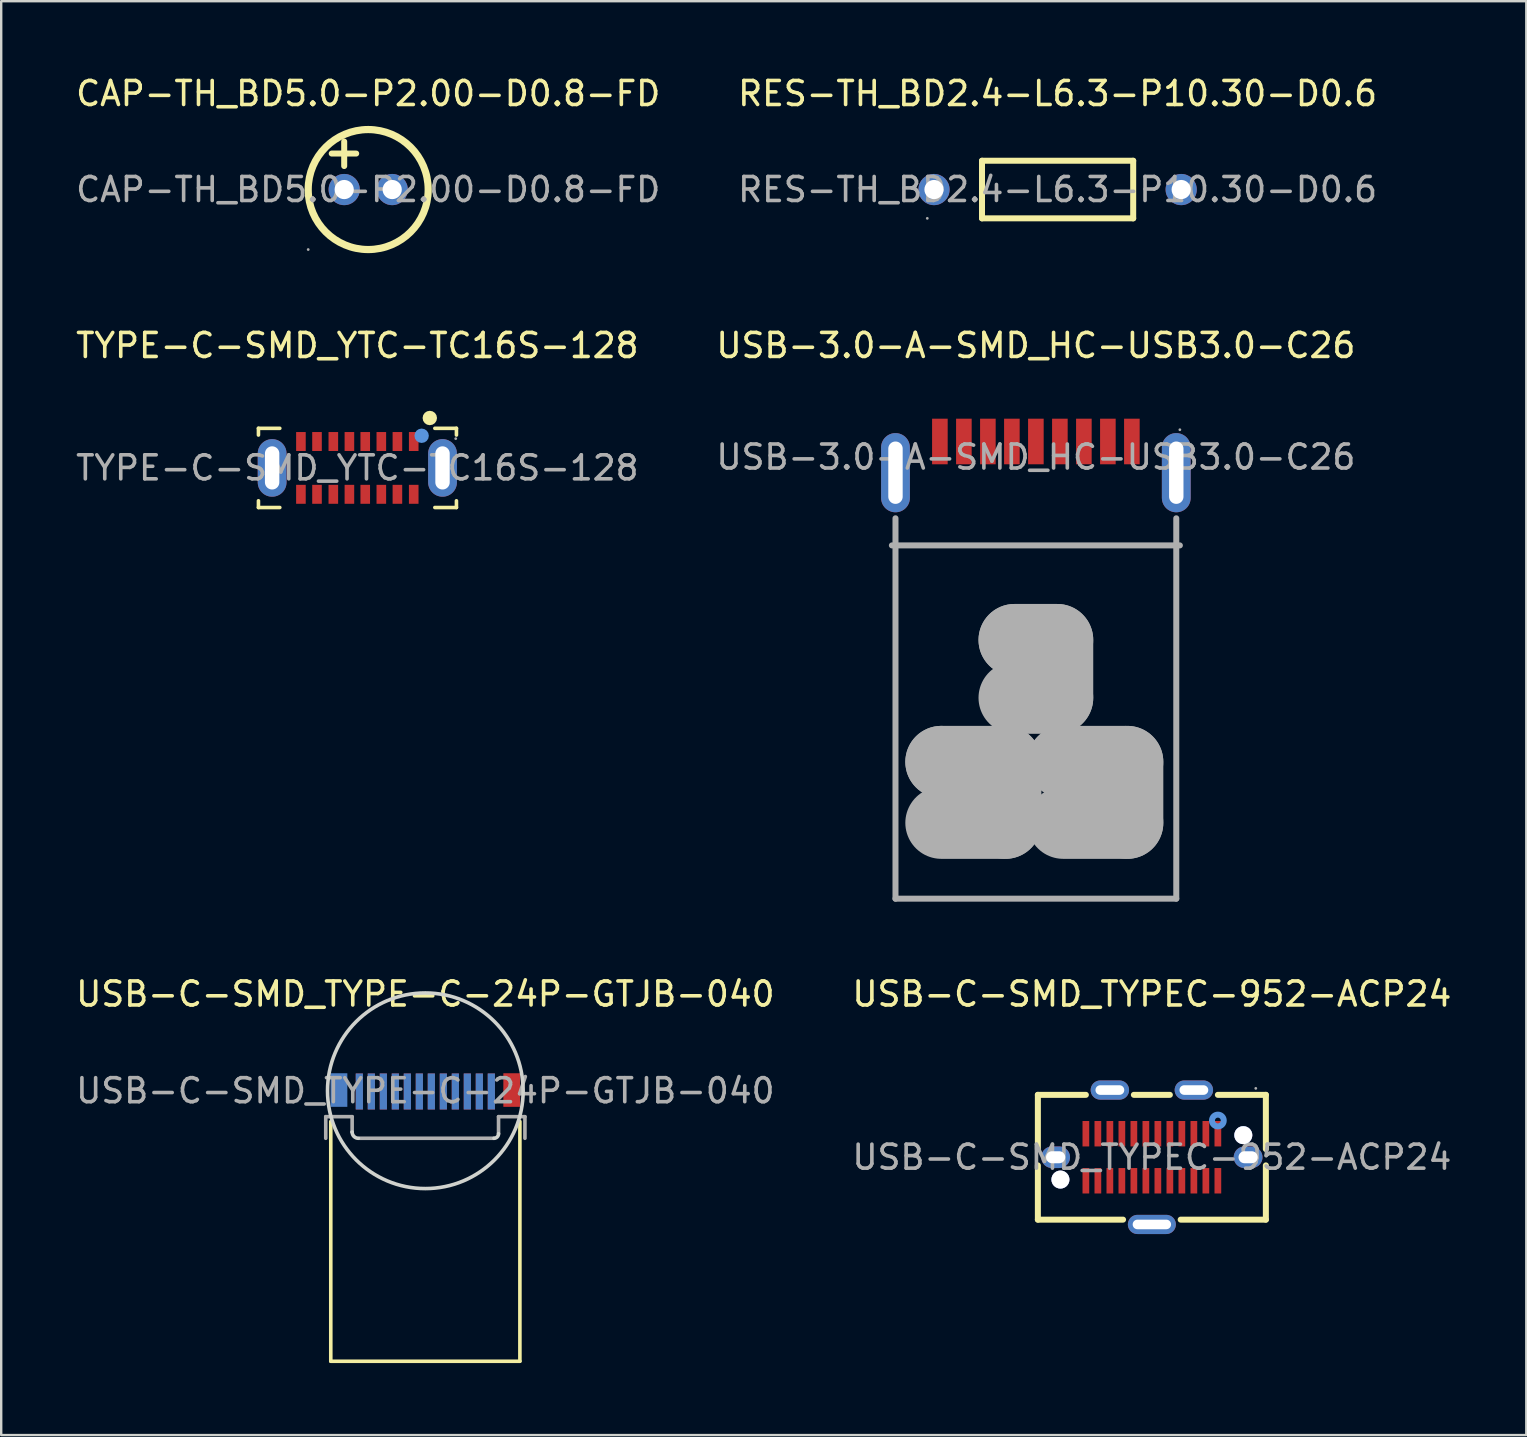
<source format=kicad_pcb>
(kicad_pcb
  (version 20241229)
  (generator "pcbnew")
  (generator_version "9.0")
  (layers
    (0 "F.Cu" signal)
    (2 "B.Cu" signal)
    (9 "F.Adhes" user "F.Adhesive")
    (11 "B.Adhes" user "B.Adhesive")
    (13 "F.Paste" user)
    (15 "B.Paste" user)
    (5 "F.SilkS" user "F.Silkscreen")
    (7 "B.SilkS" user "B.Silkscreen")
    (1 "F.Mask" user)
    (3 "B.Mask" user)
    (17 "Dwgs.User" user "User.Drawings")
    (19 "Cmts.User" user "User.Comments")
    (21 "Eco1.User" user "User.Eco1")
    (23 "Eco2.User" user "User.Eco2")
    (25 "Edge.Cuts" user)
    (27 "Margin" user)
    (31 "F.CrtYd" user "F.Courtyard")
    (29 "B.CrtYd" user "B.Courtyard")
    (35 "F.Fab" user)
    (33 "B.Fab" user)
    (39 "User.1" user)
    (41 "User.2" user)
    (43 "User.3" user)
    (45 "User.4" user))
  (footprint "USB-C-SMD_TYPE-C-24P-GTJB-040"
    (layer "F.Cu")
    (at 14.673 42.4)
    (property "Reference" "USB-C-SMD_TYPE-C-24P-GTJB-040" (at 0 -4.03 0) (layer "F.SilkS") (effects (font (size 1 1) (thickness 0.15))))
    (attr smd)
    (fp_line (start -3.94 1.28) (end -3.94 11.27) (stroke (width 0.15) (type solid)) (layer "F.SilkS"))
    (fp_line (start -3.94 11.27) (end 3.94 11.27) (stroke (width 0.15) (type solid)) (layer "F.SilkS"))
    (fp_line (start 3.94 1.28) (end 3.94 11.27) (stroke (width 0.15) (type solid)) (layer "F.SilkS"))
    (fp_arc (start -3.93 1.08) (mid 3.93 -1.08) (end -3.93 1.08) (stroke (width 0.15) (type solid)) (layer "Edge.Cuts"))
    (fp_arc (start -2.79 1.98) (mid -2.973848 1.903848) (end -3.05 1.72) (stroke (width 0.15) (type solid)) (layer "Edge.Cuts"))
    (fp_arc (start 3.05 1.79) (mid 2.99435 1.92435) (end 2.86 1.98) (stroke (width 0.15) (type solid)) (layer "Edge.Cuts"))
    (fp_line (start -4.15 1.08) (end -4.15 1.98) (stroke (width 0.15) (type solid)) (layer "F.Fab"))
    (fp_line (start -3.05 1.08) (end -4.15 1.08) (stroke (width 0.15) (type solid)) (layer "F.Fab"))
    (fp_line (start -3.05 1.08) (end -3.05 1.71) (stroke (width 0.15) (type solid)) (layer "F.Fab"))
    (fp_line (start -3.05 1.71) (end -3.05 1.72) (stroke (width 0.15) (type solid)) (layer "F.Fab"))
    (fp_line (start -2.74 1.98) (end 2.86 1.98) (stroke (width 0.15) (type solid)) (layer "F.Fab"))
    (fp_line (start 3.05 1.08) (end 4.15 1.08) (stroke (width 0.15) (type solid)) (layer "F.Fab"))
    (fp_line (start 3.05 1.79) (end 3.05 1.08) (stroke (width 0.15) (type solid)) (layer "F.Fab"))
    (fp_line (start 4.15 1.08) (end 4.15 1.98) (stroke (width 0.15) (type solid)) (layer "F.Fab"))
    (fp_text user "${REFERENCE}" (at 0 0 0) (layer "F.Fab") (effects (font (size 1 1) (thickness 0.15))))
    (pad "25" smd rect (at 3.6 -0.03) (size 0.7 1.4) (layers "F.Cu" "F.Mask" "F.Paste"))
    (pad "26" smd rect (at -3.6 -0.03) (size 0.7 1.4) (layers "B.Cu" "B.Mask" "B.Paste"))
    (pad "A1" smd rect (at 2.75 0.03) (size 0.3 1.5) (layers "F.Cu" "F.Mask" "F.Paste"))
    (pad "A2" smd rect (at 2.25 0.03) (size 0.3 1.5) (layers "F.Cu" "F.Mask" "F.Paste"))
    (pad "A3" smd rect (at 1.75 0.03) (size 0.3 1.5) (layers "F.Cu" "F.Mask" "F.Paste"))
    (pad "A4" smd rect (at 1.25 0.03) (size 0.3 1.5) (layers "F.Cu" "F.Mask" "F.Paste"))
    (pad "A5" smd rect (at 0.75 0.03) (size 0.3 1.5) (layers "F.Cu" "F.Mask" "F.Paste"))
    (pad "A6" smd rect (at 0.25 0.03) (size 0.3 1.5) (layers "F.Cu" "F.Mask" "F.Paste"))
    (pad "A7" smd rect (at -0.25 0.03) (size 0.3 1.5) (layers "F.Cu" "F.Mask" "F.Paste"))
    (pad "A8" smd rect (at -0.75 0.03) (size 0.3 1.5) (layers "F.Cu" "F.Mask" "F.Paste"))
    (pad "A9" smd rect (at -1.25 0.03) (size 0.3 1.5) (layers "F.Cu" "F.Mask" "F.Paste"))
    (pad "A10" smd rect (at -1.75 0.03) (size 0.3 1.5) (layers "F.Cu" "F.Mask" "F.Paste"))
    (pad "A11" smd rect (at -2.25 0.03) (size 0.3 1.5) (layers "F.Cu" "F.Mask" "F.Paste"))
    (pad "A12" smd rect (at -2.75 0.03) (size 0.3 1.5) (layers "F.Cu" "F.Mask" "F.Paste"))
    (pad "B1" smd rect (at -2.75 0.03) (size 0.3 1.5) (layers "B.Cu" "B.Mask" "B.Paste"))
    (pad "B2" smd rect (at -2.25 0.03) (size 0.3 1.5) (layers "B.Cu" "B.Mask" "B.Paste"))
    (pad "B3" smd rect (at -1.75 0.03) (size 0.3 1.5) (layers "B.Cu" "B.Mask" "B.Paste"))
    (pad "B4" smd rect (at -1.25 0.03) (size 0.3 1.5) (layers "B.Cu" "B.Mask" "B.Paste"))
    (pad "B5" smd rect (at -0.75 0.03) (size 0.3 1.5) (layers "B.Cu" "B.Mask" "B.Paste"))
    (pad "B6" smd rect (at -0.25 0.03) (size 0.3 1.5) (layers "B.Cu" "B.Mask" "B.Paste"))
    (pad "B7" smd rect (at 0.25 0.03) (size 0.3 1.5) (layers "B.Cu" "B.Mask" "B.Paste"))
    (pad "B8" smd rect (at 0.75 0.03) (size 0.3 1.5) (layers "B.Cu" "B.Mask" "B.Paste"))
    (pad "B9" smd rect (at 1.25 0.03) (size 0.3 1.5) (layers "B.Cu" "B.Mask" "B.Paste"))
    (pad "B10" smd rect (at 1.75 0.03) (size 0.3 1.5) (layers "B.Cu" "B.Mask" "B.Paste"))
    (pad "B11" smd rect (at 2.25 0.03) (size 0.3 1.5) (layers "B.Cu" "B.Mask" "B.Paste"))
    (pad "B12" smd rect (at 2.75 0.03) (size 0.3 1.5) (layers "B.Cu" "B.Mask" "B.Paste")))
  (footprint "USB-C-SMD_TYPEC-952-ACP24"
    (layer "F.Cu")
    (at 44.946 45.17)
    (property "Reference" "USB-C-SMD_TYPEC-952-ACP24" (at 0 -6.8 0) (layer "F.SilkS") (effects (font (size 1 1) (thickness 0.15))))
    (attr smd)
    (fp_line (start -4.75 -2.6) (end -4.75 -0.34) (stroke (width 0.25) (type solid)) (layer "F.SilkS"))
    (fp_line (start -4.75 -2.6) (end -2.75 -2.6) (stroke (width 0.25) (type solid)) (layer "F.SilkS"))
    (fp_line (start -4.75 0.34) (end -4.75 2.6) (stroke (width 0.25) (type solid)) (layer "F.SilkS"))
    (fp_line (start -4.75 2.6) (end -1.2 2.6) (stroke (width 0.25) (type solid)) (layer "F.SilkS"))
    (fp_line (start -0.75 -2.6) (end 0.75 -2.6) (stroke (width 0.25) (type solid)) (layer "F.SilkS"))
    (fp_line (start 1.2 2.6) (end 4.75 2.6) (stroke (width 0.25) (type solid)) (layer "F.SilkS"))
    (fp_line (start 2.75 -2.6) (end 4.75 -2.6) (stroke (width 0.25) (type solid)) (layer "F.SilkS"))
    (fp_line (start 4.75 -2.6) (end 4.75 -0.34) (stroke (width 0.25) (type solid)) (layer "F.SilkS"))
    (fp_line (start 4.75 0.34) (end 4.75 2.6) (stroke (width 0.25) (type solid)) (layer "F.SilkS"))
    (fp_circle (center -3.81 0.93) (end -3.69 0.93) (stroke (width 0.25) (type solid)) (fill no) (layer "Cmts.User"))
    (fp_circle (center 2.75 -1.53) (end 2.87 -1.53) (stroke (width 0.25) (type solid)) (fill no) (layer "Cmts.User"))
    (fp_circle (center 3.81 -0.92) (end 3.93 -0.92) (stroke (width 0.25) (type solid)) (fill no) (layer "Cmts.User"))
    (fp_circle (center 4.33 -2.87) (end 4.36 -2.87) (stroke (width 0.06) (type solid)) (fill no) (layer "F.Fab"))
    (fp_text user "${REFERENCE}" (at 0 0 0) (layer "F.Fab") (effects (font (size 1 1) (thickness 0.15))))
    (pad "" thru_hole circle (at -3.81 0.93) (size 0.75 0.75) (drill 0.75) (layers "*.Cu" "*.Mask"))
    (pad "" thru_hole circle (at 3.81 -0.92) (size 0.75 0.75) (drill 0.75) (layers "*.Cu" "*.Mask"))
    (pad "1" thru_hole oval (at -1.75 -2.8 90) (size 0.8 1.6) (drill oval 0.4 1.2) (layers "*.Cu" "*.Mask"))
    (pad "2" thru_hole oval (at 1.75 -2.8 90) (size 0.8 1.6) (drill oval 0.4 1.2) (layers "*.Cu" "*.Mask"))
    (pad "3" thru_hole oval (at 4.01 0 90) (size 0.9 1.2) (drill oval 0.5 0.8) (layers "*.Cu" "*.Mask"))
    (pad "4" thru_hole oval (at 0 2.8 90) (size 0.8 2) (drill oval 0.4 1.6) (layers "*.Cu" "*.Mask"))
    (pad "5" thru_hole oval (at -4.01 0 90) (size 0.9 1.2) (drill oval 0.5 0.8) (layers "*.Cu" "*.Mask"))
    (pad "A1" smd rect (at 2.75 -0.98) (size 0.28 1.06) (layers "F.Cu" "F.Mask" "F.Paste"))
    (pad "A2" smd rect (at 2.25 -0.98) (size 0.28 1.06) (layers "F.Cu" "F.Mask" "F.Paste"))
    (pad "A3" smd rect (at 1.75 -0.98) (size 0.28 1.06) (layers "F.Cu" "F.Mask" "F.Paste"))
    (pad "A4" smd rect (at 1.25 -0.98) (size 0.28 1.06) (layers "F.Cu" "F.Mask" "F.Paste"))
    (pad "A5" smd rect (at 0.75 -0.98) (size 0.28 1.06) (layers "F.Cu" "F.Mask" "F.Paste"))
    (pad "A6" smd rect (at 0.25 -0.98) (size 0.28 1.06) (layers "F.Cu" "F.Mask" "F.Paste"))
    (pad "A7" smd rect (at -0.25 -0.98) (size 0.28 1.06) (layers "F.Cu" "F.Mask" "F.Paste"))
    (pad "A8" smd rect (at -0.75 -0.98) (size 0.28 1.06) (layers "F.Cu" "F.Mask" "F.Paste"))
    (pad "A9" smd rect (at -1.25 -0.98) (size 0.28 1.06) (layers "F.Cu" "F.Mask" "F.Paste"))
    (pad "A10" smd rect (at -1.75 -0.98) (size 0.28 1.06) (layers "F.Cu" "F.Mask" "F.Paste"))
    (pad "A11" smd rect (at -2.25 -0.98) (size 0.28 1.06) (layers "F.Cu" "F.Mask" "F.Paste"))
    (pad "A12" smd rect (at -2.75 -0.98) (size 0.28 1.06) (layers "F.Cu" "F.Mask" "F.Paste"))
    (pad "B1" smd rect (at -2.75 0.98) (size 0.28 1.06) (layers "F.Cu" "F.Mask" "F.Paste"))
    (pad "B2" smd rect (at -2.25 0.98) (size 0.28 1.06) (layers "F.Cu" "F.Mask" "F.Paste"))
    (pad "B3" smd rect (at -1.75 0.98) (size 0.28 1.06) (layers "F.Cu" "F.Mask" "F.Paste"))
    (pad "B4" smd rect (at -1.25 0.98) (size 0.28 1.06) (layers "F.Cu" "F.Mask" "F.Paste"))
    (pad "B5" smd rect (at -0.75 0.98) (size 0.28 1.06) (layers "F.Cu" "F.Mask" "F.Paste"))
    (pad "B6" smd rect (at -0.25 0.98) (size 0.28 1.06) (layers "F.Cu" "F.Mask" "F.Paste"))
    (pad "B7" smd rect (at 0.25 0.98) (size 0.28 1.06) (layers "F.Cu" "F.Mask" "F.Paste"))
    (pad "B8" smd rect (at 0.75 0.98) (size 0.28 1.06) (layers "F.Cu" "F.Mask" "F.Paste"))
    (pad "B9" smd rect (at 1.25 0.98) (size 0.28 1.06) (layers "F.Cu" "F.Mask" "F.Paste"))
    (pad "B10" smd rect (at 1.75 0.98) (size 0.28 1.06) (layers "F.Cu" "F.Mask" "F.Paste"))
    (pad "B11" smd rect (at 2.25 0.98) (size 0.28 1.06) (layers "F.Cu" "F.Mask" "F.Paste"))
    (pad "B12" smd rect (at 2.75 0.98) (size 0.28 1.06) (layers "F.Cu" "F.Mask" "F.Paste")))
  (footprint "CAP-TH_BD5.0-P2.00-D0.8-FD"
    (layer "F.Cu")
    (at 12.292 4.848)
    (property "Reference" "CAP-TH_BD5.0-P2.00-D0.8-FD" (at 0 -4 0) (layer "F.SilkS") (effects (font (size 1 1) (thickness 0.15))))
    (attr through_hole)
    (fp_line (start -1.52 -1.5) (end -0.5 -1.5) (stroke (width 0.25) (type solid)) (layer "F.SilkS"))
    (fp_line (start -1 -2) (end -1 -0.98) (stroke (width 0.25) (type solid)) (layer "F.SilkS"))
    (fp_circle (center 0 0) (end 2.5 0) (stroke (width 0.3) (type solid)) (fill no) (layer "F.SilkS"))
    (fp_circle (center -2.5 2.5) (end -2.47 2.5) (stroke (width 0.06) (type solid)) (fill no) (layer "F.Fab"))
    (fp_circle (center -1 0) (end -0.85 0) (stroke (width 0.3) (type solid)) (fill no) (layer "F.Fab"))
    (fp_circle (center 1 0) (end 1.15 0) (stroke (width 0.3) (type solid)) (fill no) (layer "F.Fab"))
    (fp_text user "${REFERENCE}" (at 0 0 0) (layer "F.Fab") (effects (font (size 1 1) (thickness 0.15))))
    (pad "1" thru_hole circle (at -1 0) (size 1.3 1.3) (drill 0.8) (layers "*.Cu" "*.Mask"))
    (pad "2" thru_hole circle (at 1 0) (size 1.3 1.3) (drill 0.8) (layers "*.Cu" "*.Mask")))
  (footprint "USB-3.0-A-SMD_HC-USB3.0-C26"
    (layer "F.Cu")
    (at 40.113 15.996)
    (property "Reference" "USB-3.0-A-SMD_HC-USB3.0-C26" (at 0 -4.65 0) (layer "F.SilkS") (effects (font (size 1 1) (thickness 0.15))))
    (attr smd)
    (fp_line (start -5.85 2.55) (end -5.85 18.4) (stroke (width 0.25) (type solid)) (layer "F.Fab"))
    (fp_line (start -5.85 18.4) (end 5.85 18.4) (stroke (width 0.25) (type solid)) (layer "F.Fab"))
    (fp_line (start -3.94 12.7) (end -3.94 12.7) (stroke (width 3) (type solid)) (layer "F.Fab"))
    (fp_line (start -3.94 12.7) (end -1.27 12.7) (stroke (width 3) (type solid)) (layer "F.Fab"))
    (fp_line (start -1.27 12.7) (end -1.27 15.24) (stroke (width 3) (type solid)) (layer "F.Fab"))
    (fp_line (start -1.27 15.24) (end -3.94 15.24) (stroke (width 3) (type solid)) (layer "F.Fab"))
    (fp_line (start -0.89 7.62) (end -0.89 7.62) (stroke (width 3) (type solid)) (layer "F.Fab"))
    (fp_line (start -0.89 7.62) (end 0.89 7.62) (stroke (width 3) (type solid)) (layer "F.Fab"))
    (fp_line (start 0.89 7.62) (end 0.89 10.03) (stroke (width 3) (type solid)) (layer "F.Fab"))
    (fp_line (start 0.89 10.03) (end -0.89 10.03) (stroke (width 3) (type solid)) (layer "F.Fab"))
    (fp_line (start 1.14 12.7) (end 1.14 12.7) (stroke (width 3) (type solid)) (layer "F.Fab"))
    (fp_line (start 1.14 12.7) (end 3.81 12.7) (stroke (width 3) (type solid)) (layer "F.Fab"))
    (fp_line (start 3.81 12.7) (end 3.81 15.24) (stroke (width 3) (type solid)) (layer "F.Fab"))
    (fp_line (start 3.81 15.24) (end 1.14 15.24) (stroke (width 3) (type solid)) (layer "F.Fab"))
    (fp_line (start 5.85 18.4) (end 5.85 2.55) (stroke (width 0.25) (type solid)) (layer "F.Fab"))
    (fp_line (start 6 3.68) (end -6 3.68) (stroke (width 0.25) (type solid)) (layer "F.Fab"))
    (fp_circle (center 6 -1.14) (end 6.03 -1.14) (stroke (width 0.06) (type solid)) (fill no) (layer "F.Fab"))
    (fp_text user "${REFERENCE}" (at 0 0 0) (layer "F.Fab") (effects (font (size 1 1) (thickness 0.15))))
    (pad "1" smd rect (at 3 -0.65) (size 0.65 1.9) (layers "F.Cu" "F.Mask" "F.Paste"))
    (pad "2" smd rect (at 1 -0.65) (size 0.65 1.9) (layers "F.Cu" "F.Mask" "F.Paste"))
    (pad "3" smd rect (at -1 -0.65) (size 0.65 1.9) (layers "F.Cu" "F.Mask" "F.Paste"))
    (pad "4" smd rect (at -3 -0.65) (size 0.65 1.9) (layers "F.Cu" "F.Mask" "F.Paste"))
    (pad "5" smd rect (at -4 -0.65) (size 0.65 1.9) (layers "F.Cu" "F.Mask" "F.Paste"))
    (pad "6" smd rect (at -2 -0.65) (size 0.65 1.9) (layers "F.Cu" "F.Mask" "F.Paste"))
    (pad "7" smd rect (at 0 -0.65) (size 0.65 1.9) (layers "F.Cu" "F.Mask" "F.Paste"))
    (pad "8" smd rect (at 2 -0.65) (size 0.65 1.9) (layers "F.Cu" "F.Mask" "F.Paste"))
    (pad "9" smd rect (at 4 -0.65) (size 0.65 1.9) (layers "F.Cu" "F.Mask" "F.Paste"))
    (pad "10" thru_hole oval (at -5.85 0.65) (size 1.2 3.3) (drill oval 0.6 2.6) (layers "*.Cu" "*.Mask"))
    (pad "11" thru_hole oval (at 5.85 0.65) (size 1.2 3.3) (drill oval 0.6 2.6) (layers "*.Cu" "*.Mask")))
  (footprint "TYPE-C-SMD_YTC-TC16S-128"
    (layer "F.Cu")
    (at 11.839 16.447)
    (property "Reference" "TYPE-C-SMD_YTC-TC16S-128" (at 0 -5.1 0) (layer "F.SilkS") (effects (font (size 1 1) (thickness 0.15))))
    (attr smd)
    (fp_line (start -4.12 -1.65) (end -3.23 -1.65) (stroke (width 0.15) (type solid)) (layer "F.SilkS"))
    (fp_line (start -4.12 -1.37) (end -4.12 -1.65) (stroke (width 0.15) (type solid)) (layer "F.SilkS"))
    (fp_line (start -4.12 1.65) (end -4.12 1.37) (stroke (width 0.15) (type solid)) (layer "F.SilkS"))
    (fp_line (start -3.23 1.65) (end -4.12 1.65) (stroke (width 0.15) (type solid)) (layer "F.SilkS"))
    (fp_line (start 3.23 -1.65) (end 4.13 -1.65) (stroke (width 0.15) (type solid)) (layer "F.SilkS"))
    (fp_line (start 4.13 -1.65) (end 4.13 -1.37) (stroke (width 0.15) (type solid)) (layer "F.SilkS"))
    (fp_line (start 4.13 1.37) (end 4.13 1.65) (stroke (width 0.15) (type solid)) (layer "F.SilkS"))
    (fp_line (start 4.13 1.65) (end 3.23 1.65) (stroke (width 0.15) (type solid)) (layer "F.SilkS"))
    (fp_circle (center 3.02 -2.08) (end 3.17 -2.08) (stroke (width 0.3) (type solid)) (fill no) (layer "F.SilkS"))
    (fp_circle (center 2.68 -1.34) (end 2.83 -1.34) (stroke (width 0.3) (type solid)) (fill no) (layer "Cmts.User"))
    (fp_circle (center 4.1 -1.22) (end 4.13 -1.22) (stroke (width 0.06) (type solid)) (fill no) (layer "F.Fab"))
    (fp_text user "${REFERENCE}" (at 0 0 0) (layer "F.Fab") (effects (font (size 1 1) (thickness 0.15))))
    (pad "A1" smd rect (at 2.35 -1.1) (size 0.4 0.79) (layers "F.Cu" "F.Mask" "F.Paste"))
    (pad "A4" smd rect (at 1.67 -1.1) (size 0.4 0.79) (layers "F.Cu" "F.Mask" "F.Paste"))
    (pad "A5" smd rect (at 1 -1.1) (size 0.4 0.79) (layers "F.Cu" "F.Mask" "F.Paste"))
    (pad "A6" smd rect (at 0.33 -1.1) (size 0.4 0.79) (layers "F.Cu" "F.Mask" "F.Paste"))
    (pad "A7" smd rect (at -0.33 -1.1) (size 0.4 0.79) (layers "F.Cu" "F.Mask" "F.Paste"))
    (pad "A8" smd rect (at -1 -1.1) (size 0.4 0.79) (layers "F.Cu" "F.Mask" "F.Paste"))
    (pad "A9" smd rect (at -1.68 -1.1) (size 0.4 0.79) (layers "F.Cu" "F.Mask" "F.Paste"))
    (pad "A12" smd rect (at -2.35 -1.1) (size 0.4 0.79) (layers "F.Cu" "F.Mask" "F.Paste"))
    (pad "B1" smd rect (at -2.35 1.1 180) (size 0.4 0.79) (layers "F.Cu" "F.Mask" "F.Paste"))
    (pad "B4" smd rect (at -1.68 1.1 180) (size 0.4 0.79) (layers "F.Cu" "F.Mask" "F.Paste"))
    (pad "B5" smd rect (at -1 1.1 180) (size 0.4 0.79) (layers "F.Cu" "F.Mask" "F.Paste"))
    (pad "B6" smd rect (at -0.33 1.1 180) (size 0.4 0.79) (layers "F.Cu" "F.Mask" "F.Paste"))
    (pad "B7" smd rect (at 0.33 1.1 180) (size 0.4 0.79) (layers "F.Cu" "F.Mask" "F.Paste"))
    (pad "B8" smd rect (at 1 1.1 180) (size 0.4 0.79) (layers "F.Cu" "F.Mask" "F.Paste"))
    (pad "B9" smd rect (at 1.67 1.1 180) (size 0.4 0.79) (layers "F.Cu" "F.Mask" "F.Paste"))
    (pad "B12" smd rect (at 2.35 1.1 180) (size 0.4 0.79) (layers "F.Cu" "F.Mask" "F.Paste"))
    (pad "EH1" thru_hole oval (at -3.55 0) (size 1.2 2.4) (drill oval 0.6 1.8) (layers "*.Cu" "*.Mask"))
    (pad "EH2" thru_hole oval (at 3.55 0) (size 1.2 2.4) (drill oval 0.6 1.8) (layers "*.Cu" "*.Mask")))
  (footprint "RES-TH_BD2.4-L6.3-P10.30-D0.6"
    (layer "F.Cu")
    (at 41.018 4.848)
    (property "Reference" "RES-TH_BD2.4-L6.3-P10.30-D0.6" (at 0 -4 0) (layer "F.SilkS") (effects (font (size 1 1) (thickness 0.15))))
    (attr through_hole)
    (fp_line (start -3.15 -1.2) (end 3.15 -1.2) (stroke (width 0.25) (type solid)) (layer "F.SilkS"))
    (fp_line (start -3.15 1.2) (end -3.15 -1.2) (stroke (width 0.25) (type solid)) (layer "F.SilkS"))
    (fp_line (start 3.15 -1.2) (end 3.15 1.2) (stroke (width 0.25) (type solid)) (layer "F.SilkS"))
    (fp_line (start 3.15 1.2) (end -3.15 1.2) (stroke (width 0.25) (type solid)) (layer "F.SilkS"))
    (fp_circle (center -5.43 1.2) (end -5.4 1.2) (stroke (width 0.06) (type solid)) (fill no) (layer "F.Fab"))
    (fp_circle (center -5.15 0) (end -5.01 0) (stroke (width 0.28) (type solid)) (fill no) (layer "F.Fab"))
    (fp_circle (center 5.15 0) (end 5.29 0) (stroke (width 0.28) (type solid)) (fill no) (layer "F.Fab"))
    (fp_text user "${REFERENCE}" (at 0 0 0) (layer "F.Fab") (effects (font (size 1 1) (thickness 0.15))))
    (pad "1" thru_hole circle (at -5.15 0) (size 1.3 1.3) (drill 0.8) (layers "*.Cu" "*.Mask"))
    (pad "2" thru_hole circle (at 5.15 0) (size 1.3 1.3) (drill 0.8) (layers "*.Cu" "*.Mask")))
  (gr_rect
    (start -3 -3)
    (end 60.548 56.745)
    (stroke (width 0.1) (type default))
    (fill no)
    (layer "Edge.Cuts")))
</source>
